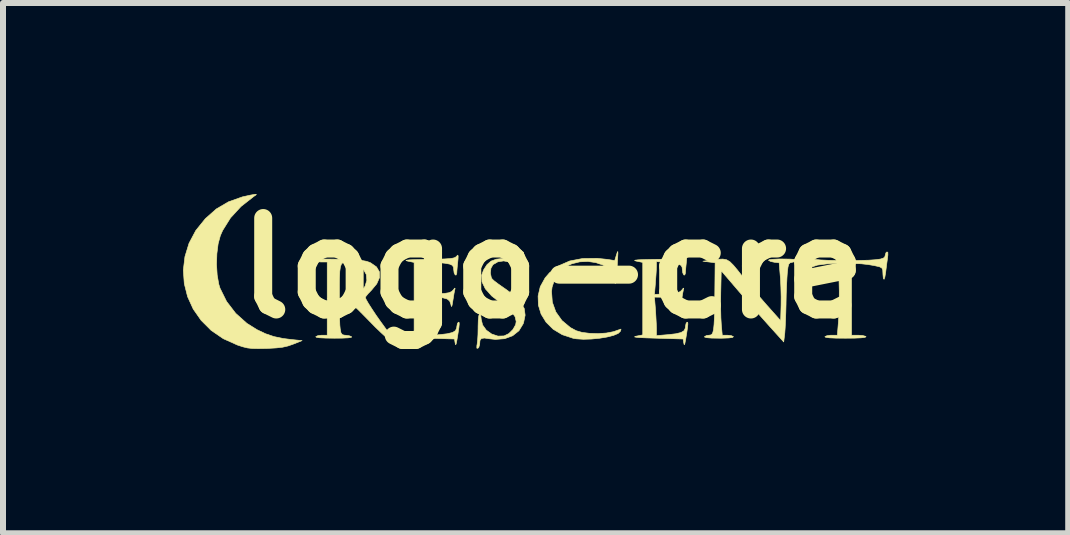
<source format=kicad_pcb>
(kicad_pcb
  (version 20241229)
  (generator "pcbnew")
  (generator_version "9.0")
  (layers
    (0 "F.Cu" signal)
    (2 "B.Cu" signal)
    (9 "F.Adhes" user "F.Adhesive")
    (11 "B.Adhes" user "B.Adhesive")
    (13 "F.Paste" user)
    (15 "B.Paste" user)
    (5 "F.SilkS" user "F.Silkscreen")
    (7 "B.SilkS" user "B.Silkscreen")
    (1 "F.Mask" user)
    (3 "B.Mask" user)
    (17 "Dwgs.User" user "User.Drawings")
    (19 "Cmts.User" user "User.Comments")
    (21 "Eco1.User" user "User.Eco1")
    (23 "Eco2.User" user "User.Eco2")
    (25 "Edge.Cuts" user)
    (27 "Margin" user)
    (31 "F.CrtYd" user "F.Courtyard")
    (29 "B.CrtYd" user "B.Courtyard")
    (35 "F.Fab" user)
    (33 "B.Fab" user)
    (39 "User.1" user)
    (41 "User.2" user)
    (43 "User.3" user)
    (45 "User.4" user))
  (footprint "logo-cre"
    (layer "F.Cu")
    (at 6.162 1.418)
    (property "Reference" "logo-cre" (at 0 0 0) (layer "F.SilkS") (effects (font (size 1.524 1.524) (thickness 0.3))))
    (attr through_hole)
    (fp_poly (pts (xy -4.948 -1.218) (xy -4.978 -1.198) (xy -5.196 -1.027) (xy -5.371 -0.837) (xy -5.501 -0.629) (xy -5.54 -0.542) (xy -5.577 -0.406) (xy -5.598 -0.24) (xy -5.604 -0.061) (xy -5.593 0.115) (xy -5.566 0.269) (xy -5.546 0.334) (xy -5.436 0.556) (xy -5.284 0.754) (xy -5.097 0.921) (xy -4.931 1.025) (xy -4.788 1.093) (xy -4.651 1.14) (xy -4.499 1.172) (xy -4.356 1.19) (xy -4.178 1.208) (xy -4.331 1.269) (xy -4.415 1.298) (xy -4.503 1.318) (xy -4.609 1.33) (xy -4.749 1.338) (xy -4.775 1.339) (xy -4.909 1.341) (xy -5.009 1.339) (xy -5.089 1.33) (xy -5.166 1.311) (xy -5.255 1.282) (xy -5.255 1.282) (xy -5.491 1.176) (xy -5.693 1.038) (xy -5.86 0.871) (xy -5.992 0.682) (xy -6.086 0.476) (xy -6.141 0.258) (xy -6.157 0.034) (xy -6.13 -0.192) (xy -6.062 -0.414) (xy -5.949 -0.627) (xy -5.79 -0.824) (xy -5.607 -0.986) (xy -5.404 -1.105) (xy -5.173 -1.187) (xy -5.042 -1.216) (xy -4.969 -1.229) (xy -4.94 -1.23) (xy -4.948 -1.218)) (stroke (width 0.01) (type solid)) (fill yes) (layer "F.SilkS"))
    (fp_poly (pts (xy 1.085 -0.246) (xy 1.081 -0.171) (xy 1.079 -0.14) (xy 1.073 -0.03) (xy 1.068 0.076) (xy 1.067 0.146) (xy 1.062 0.212) (xy 1.048 0.25) (xy 1.041 0.254) (xy 1.024 0.232) (xy 1.016 0.177) (xy 1.016 0.17) (xy 0.993 0.081) (xy 0.929 0.006) (xy 0.834 -0.052) (xy 0.716 -0.092) (xy 0.585 -0.111) (xy 0.45 -0.105) (xy 0.32 -0.073) (xy 0.263 -0.048) (xy 0.129 0.046) (xy 0.038 0.166) (xy -0.012 0.316) (xy -0.021 0.39) (xy -0.008 0.568) (xy 0.051 0.731) (xy 0.153 0.874) (xy 0.293 0.991) (xy 0.39 1.043) (xy 0.487 1.071) (xy 0.614 1.087) (xy 0.756 1.091) (xy 0.892 1.082) (xy 1.007 1.06) (xy 1.029 1.053) (xy 1.092 1.031) (xy 1.131 1.018) (xy 1.136 1.016) (xy 1.133 1.035) (xy 1.127 1.052) (xy 1.09 1.088) (xy 1.012 1.121) (xy 0.904 1.148) (xy 0.778 1.169) (xy 0.643 1.182) (xy 0.51 1.186) (xy 0.39 1.178) (xy 0.338 1.169) (xy 0.157 1.109) (xy 0.006 1.018) (xy -0.112 0.901) (xy -0.195 0.766) (xy -0.24 0.618) (xy -0.245 0.464) (xy -0.209 0.31) (xy -0.128 0.163) (xy -0.054 0.077) (xy 0.098 -0.039) (xy 0.282 -0.119) (xy 0.497 -0.16) (xy 0.739 -0.163) (xy 0.904 -0.146) (xy 1.032 -0.126) (xy 1.061 -0.222) (xy 1.076 -0.267) (xy 1.083 -0.277) (xy 1.085 -0.246)) (stroke (width 0.01) (type solid)) (fill yes) (layer "F.SilkS"))
    (fp_poly (pts (xy 5.583 -0.265) (xy 5.584 -0.22) (xy 5.579 -0.175) (xy 5.566 -0.08) (xy 5.552 0.029) (xy 5.547 0.071) (xy 5.533 0.153) (xy 5.52 0.186) (xy 5.508 0.171) (xy 5.502 0.106) (xy 5.501 0.082) (xy 5.498 0.028) (xy 5.482 -0.003) (xy 5.443 -0.023) (xy 5.367 -0.04) (xy 5.359 -0.042) (xy 5.253 -0.06) (xy 5.143 -0.072) (xy 5.099 -0.074) (xy 4.978 -0.076) (xy 4.978 1.118) (xy 5.091 1.118) (xy 5.163 1.123) (xy 5.211 1.136) (xy 5.22 1.143) (xy 5.202 1.154) (xy 5.136 1.162) (xy 5.023 1.167) (xy 4.877 1.168) (xy 4.721 1.167) (xy 4.611 1.162) (xy 4.548 1.153) (xy 4.534 1.143) (xy 4.567 1.127) (xy 4.63 1.118) (xy 4.646 1.118) (xy 4.742 1.118) (xy 4.759 0.908) (xy 4.768 0.743) (xy 4.773 0.562) (xy 4.774 0.382) (xy 4.77 0.217) (xy 4.762 0.084) (xy 4.758 0.054) (xy 4.742 -0.083) (xy 4.554 -0.069) (xy 4.413 -0.051) (xy 4.318 -0.02) (xy 4.262 0.027) (xy 4.242 0.092) (xy 4.242 0.102) (xy 4.233 0.155) (xy 4.213 0.178) (xy 4.213 0.178) (xy 4.196 0.155) (xy 4.199 0.086) (xy 4.2 0.083) (xy 4.21 -0.001) (xy 4.215 -0.104) (xy 4.216 -0.148) (xy 4.221 -0.227) (xy 4.232 -0.265) (xy 4.242 -0.267) (xy 4.264 -0.231) (xy 4.267 -0.205) (xy 4.277 -0.18) (xy 4.31 -0.161) (xy 4.37 -0.146) (xy 4.463 -0.136) (xy 4.594 -0.13) (xy 4.768 -0.127) (xy 4.902 -0.127) (xy 5.105 -0.128) (xy 5.263 -0.132) (xy 5.379 -0.14) (xy 5.46 -0.151) (xy 5.51 -0.167) (xy 5.533 -0.189) (xy 5.537 -0.205) (xy 5.551 -0.254) (xy 5.566 -0.269) (xy 5.583 -0.265)) (stroke (width 0.01) (type solid)) (fill yes) (layer "F.SilkS"))
    (fp_poly (pts (xy -0.49 -0.263) (xy -0.491 -0.213) (xy -0.495 -0.14) (xy -0.502 -0.036) (xy -0.506 0.06) (xy -0.508 0.122) (xy -0.514 0.176) (xy -0.531 0.192) (xy -0.533 0.191) (xy -0.552 0.156) (xy -0.559 0.106) (xy -0.581 0.015) (xy -0.64 -0.056) (xy -0.723 -0.102) (xy -0.819 -0.12) (xy -0.916 -0.105) (xy -0.997 -0.058) (xy -1.031 0.002) (xy -1.04 0.082) (xy -1.025 0.157) (xy -1.01 0.182) (xy -0.975 0.214) (xy -0.909 0.264) (xy -0.824 0.324) (xy -0.783 0.352) (xy -0.635 0.462) (xy -0.533 0.568) (xy -0.476 0.673) (xy -0.461 0.784) (xy -0.486 0.905) (xy -0.494 0.928) (xy -0.564 1.043) (xy -0.669 1.127) (xy -0.802 1.176) (xy -0.957 1.188) (xy -1.051 1.178) (xy -1.14 1.165) (xy -1.191 1.173) (xy -1.214 1.206) (xy -1.219 1.27) (xy -1.219 1.271) (xy -1.233 1.32) (xy -1.249 1.336) (xy -1.266 1.334) (xy -1.265 1.291) (xy -1.261 1.271) (xy -1.253 1.206) (xy -1.247 1.109) (xy -1.245 0.998) (xy -1.245 0.975) (xy -1.242 0.871) (xy -1.234 0.797) (xy -1.222 0.763) (xy -1.219 0.762) (xy -1.202 0.784) (xy -1.194 0.839) (xy -1.194 0.849) (xy -1.17 0.948) (xy -1.108 1.034) (xy -1.019 1.098) (xy -0.914 1.133) (xy -0.813 1.13) (xy -0.734 1.092) (xy -0.665 1.024) (xy -0.619 0.943) (xy -0.61 0.89) (xy -0.628 0.811) (xy -0.686 0.728) (xy -0.788 0.638) (xy -0.862 0.586) (xy -1.018 0.464) (xy -1.124 0.345) (xy -1.18 0.229) (xy -1.185 0.116) (xy -1.153 0.029) (xy -1.095 -0.06) (xy -1.028 -0.117) (xy -0.941 -0.149) (xy -0.822 -0.162) (xy -0.747 -0.162) (xy -0.533 -0.159) (xy -0.508 -0.238) (xy -0.496 -0.27) (xy -0.49 -0.263)) (stroke (width 0.01) (type solid)) (fill yes) (layer "F.SilkS"))
    (fp_poly (pts (xy 3.953 -0.15) (xy 4.035 -0.145) (xy 4.074 -0.136) (xy 4.075 -0.129) (xy 4.033 -0.108) (xy 3.988 -0.097) (xy 3.953 -0.088) (xy 3.932 -0.065) (xy 3.919 -0.016) (xy 3.909 0.072) (xy 3.908 0.076) (xy 3.902 0.165) (xy 3.896 0.289) (xy 3.89 0.433) (xy 3.887 0.58) (xy 3.887 0.597) (xy 3.883 0.74) (xy 3.878 0.879) (xy 3.872 0.997) (xy 3.866 1.082) (xy 3.865 1.091) (xy 3.848 1.23) (xy 3.619 0.977) (xy 3.52 0.866) (xy 3.4 0.731) (xy 3.272 0.585) (xy 3.149 0.443) (xy 3.098 0.384) (xy 2.807 0.044) (xy 2.799 0.397) (xy 2.797 0.546) (xy 2.798 0.695) (xy 2.801 0.828) (xy 2.807 0.928) (xy 2.807 0.933) (xy 2.824 1.118) (xy 2.909 1.118) (xy 2.971 1.124) (xy 3.009 1.141) (xy 3.01 1.143) (xy 2.994 1.156) (xy 2.93 1.164) (xy 2.821 1.168) (xy 2.769 1.168) (xy 2.643 1.166) (xy 2.562 1.159) (xy 2.528 1.148) (xy 2.527 1.143) (xy 2.562 1.123) (xy 2.604 1.118) (xy 2.631 1.114) (xy 2.652 1.101) (xy 2.667 1.072) (xy 2.679 1.021) (xy 2.687 0.943) (xy 2.693 0.833) (xy 2.697 0.685) (xy 2.699 0.493) (xy 2.7 0.432) (xy 2.705 -0.089) (xy 2.502 -0.115) (xy 2.642 -0.134) (xy 2.753 -0.147) (xy 2.834 -0.151) (xy 2.897 -0.139) (xy 2.952 -0.106) (xy 3.011 -0.047) (xy 3.086 0.043) (xy 3.128 0.097) (xy 3.225 0.217) (xy 3.341 0.356) (xy 3.461 0.496) (xy 3.56 0.61) (xy 3.797 0.876) (xy 3.804 0.622) (xy 3.805 0.478) (xy 3.801 0.319) (xy 3.794 0.175) (xy 3.791 0.14) (xy 3.772 -0.089) (xy 3.696 -0.097) (xy 3.633 -0.11) (xy 3.595 -0.129) (xy 3.607 -0.14) (xy 3.665 -0.147) (xy 3.763 -0.152) (xy 3.835 -0.152) (xy 3.953 -0.15)) (stroke (width 0.01) (type solid)) (fill yes) (layer "F.SilkS"))
    (fp_poly (pts (xy -1.577 -0.204) (xy -1.579 -0.153) (xy -1.584 -0.102) (xy -1.593 -0.015) (xy -1.599 0.057) (xy -1.6 0.084) (xy -1.611 0.115) (xy -1.626 0.114) (xy -1.644 0.08) (xy -1.651 0.027) (xy -1.656 -0.017) (xy -1.675 -0.047) (xy -1.719 -0.067) (xy -1.796 -0.081) (xy -1.907 -0.093) (xy -2.083 -0.109) (xy -2.083 -0.033) (xy -2.085 0.03) (xy -2.091 0.124) (xy -2.099 0.23) (xy -2.099 0.24) (xy -2.116 0.438) (xy -1.91 0.428) (xy -1.801 0.421) (xy -1.731 0.41) (xy -1.687 0.391) (xy -1.663 0.368) (xy -1.634 0.333) (xy -1.628 0.338) (xy -1.635 0.368) (xy -1.646 0.423) (xy -1.659 0.504) (xy -1.666 0.546) (xy -1.678 0.617) (xy -1.686 0.641) (xy -1.694 0.625) (xy -1.7 0.598) (xy -1.72 0.547) (xy -1.761 0.514) (xy -1.832 0.495) (xy -1.943 0.486) (xy -1.979 0.485) (xy -2.116 0.483) (xy -2.099 0.692) (xy -2.092 0.808) (xy -2.086 0.919) (xy -2.083 1.005) (xy -2.083 1.013) (xy -2.083 1.125) (xy -1.891 1.109) (xy -1.76 1.094) (xy -1.673 1.073) (xy -1.623 1.043) (xy -1.602 1) (xy -1.6 0.979) (xy -1.59 0.925) (xy -1.574 0.901) (xy -1.562 0.903) (xy -1.559 0.931) (xy -1.565 0.992) (xy -1.58 1.092) (xy -1.599 1.206) (xy -1.611 1.265) (xy -1.62 1.277) (xy -1.628 1.246) (xy -1.628 1.245) (xy -1.638 1.181) (xy -2.083 1.168) (xy -2.242 1.163) (xy -2.354 1.158) (xy -2.421 1.152) (xy -2.448 1.146) (xy -2.436 1.138) (xy -2.419 1.134) (xy -2.311 1.113) (xy -2.311 -0.095) (xy -2.419 -0.117) (xy -2.447 -0.126) (xy -2.438 -0.132) (xy -2.389 -0.138) (xy -2.297 -0.142) (xy -2.158 -0.145) (xy -2.083 -0.146) (xy -1.92 -0.149) (xy -1.8 -0.153) (xy -1.716 -0.159) (xy -1.661 -0.167) (xy -1.627 -0.178) (xy -1.606 -0.194) (xy -1.604 -0.197) (xy -1.585 -0.216) (xy -1.577 -0.204)) (stroke (width 0.01) (type solid)) (fill yes) (layer "F.SilkS"))
    (fp_poly (pts (xy 2.233 -0.204) (xy 2.231 -0.153) (xy 2.226 -0.102) (xy 2.217 -0.015) (xy 2.211 0.057) (xy 2.21 0.084) (xy 2.199 0.115) (xy 2.184 0.114) (xy 2.166 0.08) (xy 2.159 0.027) (xy 2.154 -0.017) (xy 2.135 -0.047) (xy 2.091 -0.067) (xy 2.014 -0.081) (xy 1.903 -0.093) (xy 1.727 -0.109) (xy 1.727 -0.033) (xy 1.725 0.03) (xy 1.719 0.124) (xy 1.711 0.23) (xy 1.711 0.24) (xy 1.694 0.438) (xy 1.9 0.428) (xy 2.009 0.421) (xy 2.079 0.41) (xy 2.123 0.391) (xy 2.147 0.368) (xy 2.176 0.333) (xy 2.182 0.338) (xy 2.175 0.368) (xy 2.164 0.423) (xy 2.151 0.504) (xy 2.144 0.546) (xy 2.132 0.617) (xy 2.124 0.641) (xy 2.116 0.625) (xy 2.11 0.598) (xy 2.09 0.547) (xy 2.049 0.514) (xy 1.978 0.495) (xy 1.867 0.486) (xy 1.831 0.485) (xy 1.694 0.483) (xy 1.711 0.692) (xy 1.718 0.808) (xy 1.724 0.919) (xy 1.727 1.005) (xy 1.727 1.013) (xy 1.727 1.125) (xy 1.919 1.109) (xy 2.05 1.094) (xy 2.137 1.073) (xy 2.187 1.043) (xy 2.208 1) (xy 2.21 0.979) (xy 2.22 0.925) (xy 2.236 0.901) (xy 2.248 0.903) (xy 2.251 0.931) (xy 2.245 0.992) (xy 2.23 1.092) (xy 2.211 1.206) (xy 2.199 1.265) (xy 2.19 1.277) (xy 2.182 1.246) (xy 2.182 1.245) (xy 2.172 1.181) (xy 1.727 1.168) (xy 1.568 1.163) (xy 1.456 1.158) (xy 1.389 1.152) (xy 1.362 1.146) (xy 1.374 1.138) (xy 1.391 1.134) (xy 1.499 1.113) (xy 1.499 -0.095) (xy 1.391 -0.117) (xy 1.363 -0.126) (xy 1.372 -0.132) (xy 1.421 -0.138) (xy 1.513 -0.142) (xy 1.652 -0.145) (xy 1.727 -0.146) (xy 1.89 -0.149) (xy 2.01 -0.153) (xy 2.094 -0.159) (xy 2.149 -0.167) (xy 2.183 -0.178) (xy 2.204 -0.194) (xy 2.206 -0.197) (xy 2.225 -0.216) (xy 2.233 -0.204)) (stroke (width 0.01) (type solid)) (fill yes) (layer "F.SilkS"))
    (fp_poly (pts (xy -3.66 -0.15) (xy -3.549 -0.148) (xy -3.385 -0.142) (xy -3.263 -0.136) (xy -3.173 -0.126) (xy -3.107 -0.114) (xy -3.056 -0.097) (xy -3.034 -0.087) (xy -2.938 -0.02) (xy -2.889 0.063) (xy -2.888 0.158) (xy -2.934 0.262) (xy -3.023 0.369) (xy -3.079 0.427) (xy -3.115 0.472) (xy -3.124 0.49) (xy -3.11 0.524) (xy -3.072 0.59) (xy -3.015 0.679) (xy -2.946 0.783) (xy -2.869 0.892) (xy -2.792 0.998) (xy -2.773 1.024) (xy -2.713 1.103) (xy -2.668 1.166) (xy -2.644 1.203) (xy -2.642 1.208) (xy -2.663 1.218) (xy -2.686 1.219) (xy -2.717 1.202) (xy -2.777 1.153) (xy -2.858 1.079) (xy -2.955 0.986) (xy -3.052 0.887) (xy -3.168 0.769) (xy -3.254 0.683) (xy -3.318 0.624) (xy -3.364 0.588) (xy -3.401 0.569) (xy -3.432 0.562) (xy -3.459 0.563) (xy -3.543 0.572) (xy -3.551 0.737) (xy -3.553 0.844) (xy -3.549 0.949) (xy -3.543 1.01) (xy -3.53 1.078) (xy -3.508 1.109) (xy -3.468 1.118) (xy -3.459 1.118) (xy -3.393 1.127) (xy -3.353 1.143) (xy -3.357 1.154) (xy -3.41 1.162) (xy -3.512 1.167) (xy -3.64 1.168) (xy -3.786 1.166) (xy -3.887 1.161) (xy -3.941 1.152) (xy -3.95 1.143) (xy -3.916 1.126) (xy -3.854 1.118) (xy -3.847 1.118) (xy -3.759 1.118) (xy -3.759 0.283) (xy -3.556 0.283) (xy -3.556 0.508) (xy -3.475 0.508) (xy -3.4 0.497) (xy -3.314 0.468) (xy -3.29 0.458) (xy -3.194 0.39) (xy -3.129 0.302) (xy -3.099 0.204) (xy -3.107 0.108) (xy -3.153 0.027) (xy -3.245 -0.042) (xy -3.36 -0.089) (xy -3.45 -0.102) (xy -3.491 -0.095) (xy -3.52 -0.072) (xy -3.539 -0.024) (xy -3.55 0.055) (xy -3.555 0.173) (xy -3.556 0.283) (xy -3.759 0.283) (xy -3.759 -0.102) (xy -3.861 -0.102) (xy -3.927 -0.108) (xy -3.961 -0.125) (xy -3.962 -0.13) (xy -3.945 -0.141) (xy -3.892 -0.148) (xy -3.798 -0.151) (xy -3.66 -0.15)) (stroke (width 0.01) (type solid)) (fill yes) (layer "F.SilkS")))
  (gr_rect
    (start -3 -3)
    (end 14.751 5.836)
    (stroke (width 0.1) (type default))
    (fill no)
    (layer "Edge.Cuts")))
</source>
